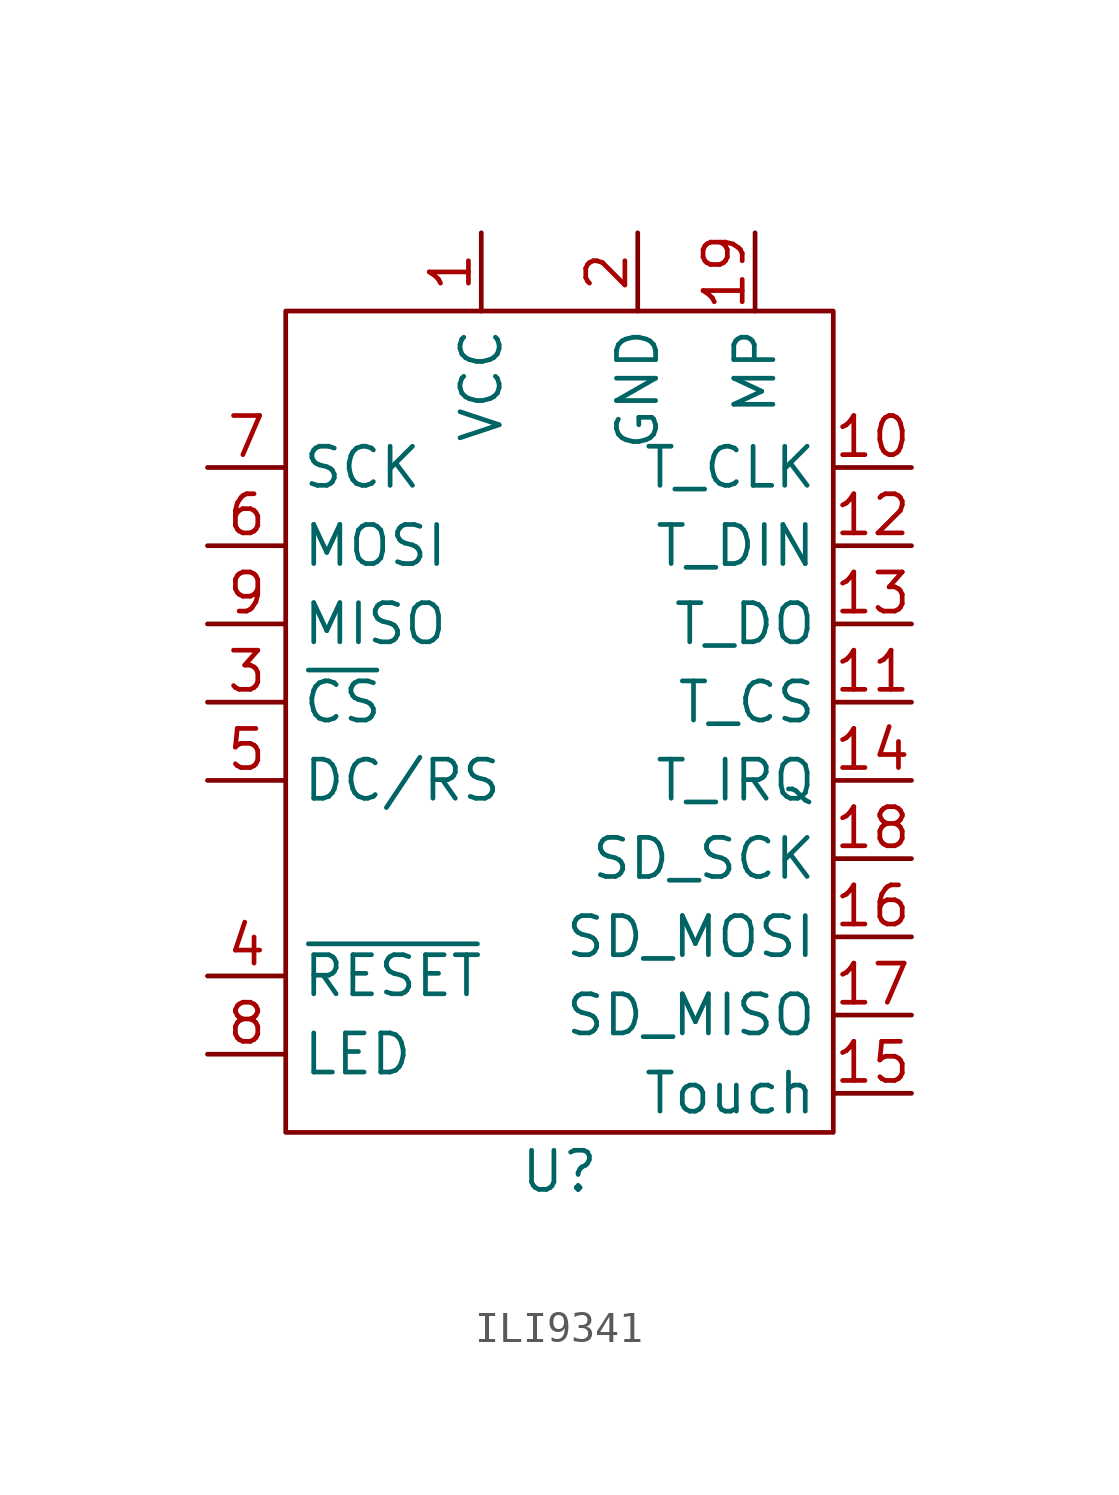
<source format=kicad_sym>
(kicad_symbol_lib
  (version 20231120)
  (generator "kicad_symbol_editor")
  (generator_version "8.0")
  (symbol "ILI9341"
    (property "Reference" "U"
      (at 0 0 0)
      (effects (font (size 1.27 1.27))))
    (property "Value" ""
      (at 0 0 0)
      (effects (font (size 1.27 1.27))))
    (symbol "ILI9341_0_1"
      (rectangle (start -8.89 27.94) (end 8.89 1.27) (stroke (width 0) (type default)) (fill (type none))))
    (symbol "ILI9341_1_1"
      (pin input line (at -2.54 30.48 270) (length 2.54) (name "VCC" (effects (font (size 1.27 1.27)))) (number "1" (effects (font (size 1.27 1.27)))))
      (pin input line (at 11.43 22.86 180) (length 2.54) (name "T_CLK" (effects (font (size 1.27 1.27)))) (number "10" (effects (font (size 1.27 1.27)))))
      (pin input line (at 11.43 15.24 180) (length 2.54) (name "T_CS" (effects (font (size 1.27 1.27)))) (number "11" (effects (font (size 1.27 1.27)))))
      (pin input line (at 11.43 20.32 180) (length 2.54) (name "T_DIN" (effects (font (size 1.27 1.27)))) (number "12" (effects (font (size 1.27 1.27)))))
      (pin output line (at 11.43 17.78 180) (length 2.54) (name "T_DO" (effects (font (size 1.27 1.27)))) (number "13" (effects (font (size 1.27 1.27)))))
      (pin output line (at 11.43 12.7 180) (length 2.54) (name "T_IRQ" (effects (font (size 1.27 1.27)))) (number "14" (effects (font (size 1.27 1.27)))))
      (pin input line (at 11.43 2.54 180) (length 2.54) (name "Touch" (effects (font (size 1.27 1.27)))) (number "15" (effects (font (size 1.27 1.27)))))
      (pin input line (at 11.43 7.62 180) (length 2.54) (name "SD_MOSI" (effects (font (size 1.27 1.27)))) (number "16" (effects (font (size 1.27 1.27)))))
      (pin output line (at 11.43 5.08 180) (length 2.54) (name "SD_MISO" (effects (font (size 1.27 1.27)))) (number "17" (effects (font (size 1.27 1.27)))))
      (pin input line (at 11.43 10.16 180) (length 2.54) (name "SD_SCK" (effects (font (size 1.27 1.27)))) (number "18" (effects (font (size 1.27 1.27)))))
      (pin input line (at 6.35 30.48 270) (length 2.54) (name "MP" (effects (font (size 1.27 1.27)))) (number "19" (effects (font (size 1.27 1.27)))))
      (pin input line (at 2.54 30.48 270) (length 2.54) (name "GND" (effects (font (size 1.27 1.27)))) (number "2" (effects (font (size 1.27 1.27)))))
      (pin input line (at -11.43 15.24 0) (length 2.54) (name "~{CS}" (effects (font (size 1.27 1.27)))) (number "3" (effects (font (size 1.27 1.27)))))
      (pin input line (at -11.43 6.35 0) (length 2.54) (name "~{RESET}" (effects (font (size 1.27 1.27)))) (number "4" (effects (font (size 1.27 1.27)))))
      (pin input line (at -11.43 12.7 0) (length 2.54) (name "DC/RS" (effects (font (size 1.27 1.27)))) (number "5" (effects (font (size 1.27 1.27)))))
      (pin input line (at -11.43 20.32 0) (length 2.54) (name "MOSI" (effects (font (size 1.27 1.27)))) (number "6" (effects (font (size 1.27 1.27)))))
      (pin input line (at -11.43 22.86 0) (length 2.54) (name "SCK" (effects (font (size 1.27 1.27)))) (number "7" (effects (font (size 1.27 1.27)))))
      (pin input line (at -11.43 3.81 0) (length 2.54) (name "LED" (effects (font (size 1.27 1.27)))) (number "8" (effects (font (size 1.27 1.27)))))
      (pin output line (at -11.43 17.78 0) (length 2.54) (name "MISO" (effects (font (size 1.27 1.27)))) (number "9" (effects (font (size 1.27 1.27))))))))
</source>
